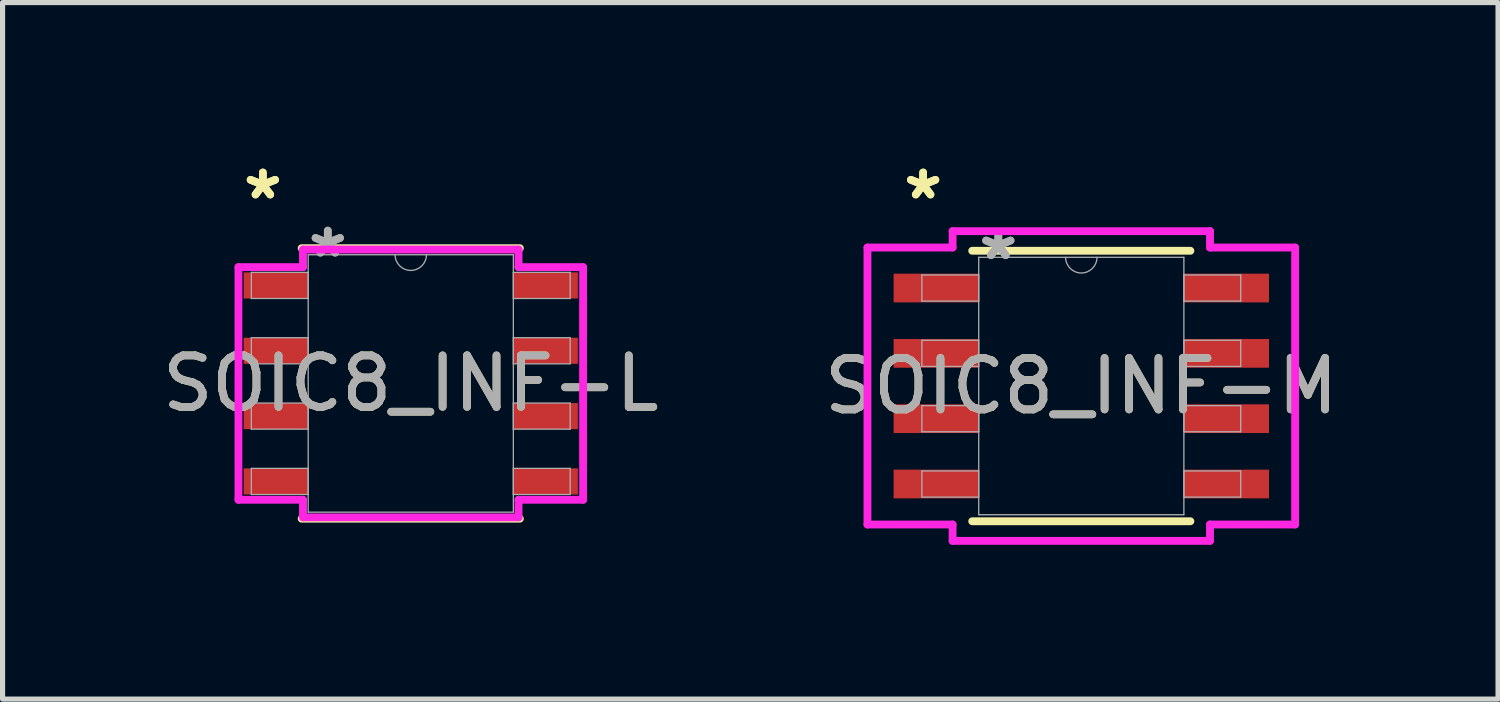
<source format=kicad_pcb>
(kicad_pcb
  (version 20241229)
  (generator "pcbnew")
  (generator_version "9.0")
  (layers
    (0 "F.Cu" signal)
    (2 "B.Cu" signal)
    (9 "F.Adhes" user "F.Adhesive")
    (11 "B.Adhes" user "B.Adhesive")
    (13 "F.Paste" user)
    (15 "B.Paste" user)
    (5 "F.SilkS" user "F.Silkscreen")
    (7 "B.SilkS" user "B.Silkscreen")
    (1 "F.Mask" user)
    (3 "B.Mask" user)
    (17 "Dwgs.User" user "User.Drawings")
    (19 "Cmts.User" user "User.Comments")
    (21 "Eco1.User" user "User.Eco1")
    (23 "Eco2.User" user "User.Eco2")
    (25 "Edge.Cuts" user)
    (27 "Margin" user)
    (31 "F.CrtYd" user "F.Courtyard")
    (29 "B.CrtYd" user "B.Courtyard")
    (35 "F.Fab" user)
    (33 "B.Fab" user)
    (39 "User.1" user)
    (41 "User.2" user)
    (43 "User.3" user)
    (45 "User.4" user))
  (footprint "SOIC8_INF-M"
    (layer "F.Cu")
    (at 17.97 4.454)
    (property "Reference" "SOIC8_INF-M" (at 0 0 0) (unlocked yes) (layer "F.SilkS") (effects (font (size 1 1) (thickness 0.15))))
    (attr smd)
    (fp_line (start -2.121 2.629) (end 2.121 2.629) (stroke (width 0.152) (type solid)) (layer "F.SilkS"))
    (fp_line (start 2.121 -2.629) (end -2.121 -2.629) (stroke (width 0.152) (type solid)) (layer "F.SilkS"))
    (fp_line (start -4.157 -2.692) (end -2.502 -2.692) (stroke (width 0.152) (type solid)) (layer "F.CrtYd"))
    (fp_line (start -4.157 2.692) (end -4.157 -2.692) (stroke (width 0.152) (type solid)) (layer "F.CrtYd"))
    (fp_line (start -4.157 2.692) (end -2.502 2.692) (stroke (width 0.152) (type solid)) (layer "F.CrtYd"))
    (fp_line (start -2.502 -3.01) (end 2.502 -3.01) (stroke (width 0.152) (type solid)) (layer "F.CrtYd"))
    (fp_line (start -2.502 -2.692) (end -2.502 -3.01) (stroke (width 0.152) (type solid)) (layer "F.CrtYd"))
    (fp_line (start -2.502 3.01) (end -2.502 2.692) (stroke (width 0.152) (type solid)) (layer "F.CrtYd"))
    (fp_line (start 2.502 -3.01) (end 2.502 -2.692) (stroke (width 0.152) (type solid)) (layer "F.CrtYd"))
    (fp_line (start 2.502 2.692) (end 2.502 3.01) (stroke (width 0.152) (type solid)) (layer "F.CrtYd"))
    (fp_line (start 2.502 3.01) (end -2.502 3.01) (stroke (width 0.152) (type solid)) (layer "F.CrtYd"))
    (fp_line (start 4.157 -2.692) (end 2.502 -2.692) (stroke (width 0.152) (type solid)) (layer "F.CrtYd"))
    (fp_line (start 4.157 -2.692) (end 4.157 2.692) (stroke (width 0.152) (type solid)) (layer "F.CrtYd"))
    (fp_line (start 4.157 2.692) (end 2.502 2.692) (stroke (width 0.152) (type solid)) (layer "F.CrtYd"))
    (fp_line (start -3.099 -2.159) (end -3.099 -1.651) (stroke (width 0.025) (type solid)) (layer "F.Fab"))
    (fp_line (start -3.099 -1.651) (end -1.994 -1.651) (stroke (width 0.025) (type solid)) (layer "F.Fab"))
    (fp_line (start -3.099 -0.889) (end -3.099 -0.381) (stroke (width 0.025) (type solid)) (layer "F.Fab"))
    (fp_line (start -3.099 -0.381) (end -1.994 -0.381) (stroke (width 0.025) (type solid)) (layer "F.Fab"))
    (fp_line (start -3.099 0.381) (end -3.099 0.889) (stroke (width 0.025) (type solid)) (layer "F.Fab"))
    (fp_line (start -3.099 0.889) (end -1.994 0.889) (stroke (width 0.025) (type solid)) (layer "F.Fab"))
    (fp_line (start -3.099 1.651) (end -3.099 2.159) (stroke (width 0.025) (type solid)) (layer "F.Fab"))
    (fp_line (start -3.099 2.159) (end -1.994 2.159) (stroke (width 0.025) (type solid)) (layer "F.Fab"))
    (fp_line (start -1.994 -2.502) (end -1.994 2.502) (stroke (width 0.025) (type solid)) (layer "F.Fab"))
    (fp_line (start -1.994 -2.159) (end -3.099 -2.159) (stroke (width 0.025) (type solid)) (layer "F.Fab"))
    (fp_line (start -1.994 -1.651) (end -1.994 -2.159) (stroke (width 0.025) (type solid)) (layer "F.Fab"))
    (fp_line (start -1.994 -0.889) (end -3.099 -0.889) (stroke (width 0.025) (type solid)) (layer "F.Fab"))
    (fp_line (start -1.994 -0.381) (end -1.994 -0.889) (stroke (width 0.025) (type solid)) (layer "F.Fab"))
    (fp_line (start -1.994 0.381) (end -3.099 0.381) (stroke (width 0.025) (type solid)) (layer "F.Fab"))
    (fp_line (start -1.994 0.889) (end -1.994 0.381) (stroke (width 0.025) (type solid)) (layer "F.Fab"))
    (fp_line (start -1.994 1.651) (end -3.099 1.651) (stroke (width 0.025) (type solid)) (layer "F.Fab"))
    (fp_line (start -1.994 2.159) (end -1.994 1.651) (stroke (width 0.025) (type solid)) (layer "F.Fab"))
    (fp_line (start -1.994 2.502) (end 1.994 2.502) (stroke (width 0.025) (type solid)) (layer "F.Fab"))
    (fp_line (start 1.994 -2.502) (end -1.994 -2.502) (stroke (width 0.025) (type solid)) (layer "F.Fab"))
    (fp_line (start 1.994 -2.159) (end 1.994 -1.651) (stroke (width 0.025) (type solid)) (layer "F.Fab"))
    (fp_line (start 1.994 -1.651) (end 3.099 -1.651) (stroke (width 0.025) (type solid)) (layer "F.Fab"))
    (fp_line (start 1.994 -0.889) (end 1.994 -0.381) (stroke (width 0.025) (type solid)) (layer "F.Fab"))
    (fp_line (start 1.994 -0.381) (end 3.099 -0.381) (stroke (width 0.025) (type solid)) (layer "F.Fab"))
    (fp_line (start 1.994 0.381) (end 1.994 0.889) (stroke (width 0.025) (type solid)) (layer "F.Fab"))
    (fp_line (start 1.994 0.889) (end 3.099 0.889) (stroke (width 0.025) (type solid)) (layer "F.Fab"))
    (fp_line (start 1.994 1.651) (end 1.994 2.159) (stroke (width 0.025) (type solid)) (layer "F.Fab"))
    (fp_line (start 1.994 2.159) (end 3.099 2.159) (stroke (width 0.025) (type solid)) (layer "F.Fab"))
    (fp_line (start 1.994 2.502) (end 1.994 -2.502) (stroke (width 0.025) (type solid)) (layer "F.Fab"))
    (fp_line (start 3.099 -2.159) (end 1.994 -2.159) (stroke (width 0.025) (type solid)) (layer "F.Fab"))
    (fp_line (start 3.099 -1.651) (end 3.099 -2.159) (stroke (width 0.025) (type solid)) (layer "F.Fab"))
    (fp_line (start 3.099 -0.889) (end 1.994 -0.889) (stroke (width 0.025) (type solid)) (layer "F.Fab"))
    (fp_line (start 3.099 -0.381) (end 3.099 -0.889) (stroke (width 0.025) (type solid)) (layer "F.Fab"))
    (fp_line (start 3.099 0.381) (end 1.994 0.381) (stroke (width 0.025) (type solid)) (layer "F.Fab"))
    (fp_line (start 3.099 0.889) (end 3.099 0.381) (stroke (width 0.025) (type solid)) (layer "F.Fab"))
    (fp_line (start 3.099 1.651) (end 1.994 1.651) (stroke (width 0.025) (type solid)) (layer "F.Fab"))
    (fp_line (start 3.099 2.159) (end 3.099 1.651) (stroke (width 0.025) (type solid)) (layer "F.Fab"))
    (fp_arc (start 0.3048 -2.5019) (mid 0 -2.1971) (end -0.3048 -2.5019) (stroke (width 0.0254) (type solid)) (layer "F.Fab"))
    (fp_text user "*" (at -3.075 -3.606 0) (unlocked yes) (layer "F.SilkS") (effects (font (size 1 1) (thickness 0.15))))
    (fp_text user "*" (at -3.075 -3.606 0) (layer "F.SilkS") (effects (font (size 1 1) (thickness 0.15))))
    (fp_text user "*" (at -1.613 -2.426 0) (unlocked yes) (layer "F.Fab") (effects (font (size 1 1) (thickness 0.15))))
    (fp_text user "*" (at -1.613 -2.426 0) (layer "F.Fab") (effects (font (size 1 1) (thickness 0.15))))
    (fp_text user "${REFERENCE}" (at 0 0 0) (unlocked yes) (layer "F.Fab") (effects (font (size 1 1) (thickness 0.15))))
    (pad "1" smd rect (at -2.821 -1.905) (size 1.655 0.558) (layers "F.Cu" "F.Mask" "F.Paste"))
    (pad "2" smd rect (at -2.821 -0.635) (size 1.655 0.558) (layers "F.Cu" "F.Mask" "F.Paste"))
    (pad "3" smd rect (at -2.821 0.635) (size 1.655 0.558) (layers "F.Cu" "F.Mask" "F.Paste"))
    (pad "4" smd rect (at -2.821 1.905) (size 1.655 0.558) (layers "F.Cu" "F.Mask" "F.Paste"))
    (pad "5" smd rect (at 2.821 1.905) (size 1.655 0.558) (layers "F.Cu" "F.Mask" "F.Paste"))
    (pad "6" smd rect (at 2.821 0.635) (size 1.655 0.558) (layers "F.Cu" "F.Mask" "F.Paste"))
    (pad "7" smd rect (at 2.821 -0.635) (size 1.655 0.558) (layers "F.Cu" "F.Mask" "F.Paste"))
    (pad "8" smd rect (at 2.821 -1.905) (size 1.655 0.558) (layers "F.Cu" "F.Mask" "F.Paste")))
  (footprint "SOIC8_INF-L"
    (layer "F.Cu")
    (at 4.935 4.404)
    (property "Reference" "SOIC8_INF-L" (at 0 0 0) (unlocked yes) (layer "F.SilkS") (effects (font (size 1 1) (thickness 0.15))))
    (attr smd)
    (fp_line (start -2.121 2.629) (end 2.121 2.629) (stroke (width 0.152) (type solid)) (layer "F.SilkS"))
    (fp_line (start 2.121 -2.629) (end -2.121 -2.629) (stroke (width 0.152) (type solid)) (layer "F.SilkS"))
    (fp_line (start -3.35 -2.261) (end -2.095 -2.261) (stroke (width 0.152) (type solid)) (layer "F.CrtYd"))
    (fp_line (start -3.35 2.261) (end -3.35 -2.261) (stroke (width 0.152) (type solid)) (layer "F.CrtYd"))
    (fp_line (start -3.35 2.261) (end -2.095 2.261) (stroke (width 0.152) (type solid)) (layer "F.CrtYd"))
    (fp_line (start -2.095 -2.603) (end 2.095 -2.603) (stroke (width 0.152) (type solid)) (layer "F.CrtYd"))
    (fp_line (start -2.095 -2.261) (end -2.095 -2.603) (stroke (width 0.152) (type solid)) (layer "F.CrtYd"))
    (fp_line (start -2.095 2.603) (end -2.095 2.261) (stroke (width 0.152) (type solid)) (layer "F.CrtYd"))
    (fp_line (start 2.095 -2.603) (end 2.095 -2.261) (stroke (width 0.152) (type solid)) (layer "F.CrtYd"))
    (fp_line (start 2.095 2.261) (end 2.095 2.603) (stroke (width 0.152) (type solid)) (layer "F.CrtYd"))
    (fp_line (start 2.095 2.603) (end -2.095 2.603) (stroke (width 0.152) (type solid)) (layer "F.CrtYd"))
    (fp_line (start 3.35 -2.261) (end 2.095 -2.261) (stroke (width 0.152) (type solid)) (layer "F.CrtYd"))
    (fp_line (start 3.35 -2.261) (end 3.35 2.261) (stroke (width 0.152) (type solid)) (layer "F.CrtYd"))
    (fp_line (start 3.35 2.261) (end 2.095 2.261) (stroke (width 0.152) (type solid)) (layer "F.CrtYd"))
    (fp_line (start -3.099 -2.159) (end -3.099 -1.651) (stroke (width 0.025) (type solid)) (layer "F.Fab"))
    (fp_line (start -3.099 -1.651) (end -1.994 -1.651) (stroke (width 0.025) (type solid)) (layer "F.Fab"))
    (fp_line (start -3.099 -0.889) (end -3.099 -0.381) (stroke (width 0.025) (type solid)) (layer "F.Fab"))
    (fp_line (start -3.099 -0.381) (end -1.994 -0.381) (stroke (width 0.025) (type solid)) (layer "F.Fab"))
    (fp_line (start -3.099 0.381) (end -3.099 0.889) (stroke (width 0.025) (type solid)) (layer "F.Fab"))
    (fp_line (start -3.099 0.889) (end -1.994 0.889) (stroke (width 0.025) (type solid)) (layer "F.Fab"))
    (fp_line (start -3.099 1.651) (end -3.099 2.159) (stroke (width 0.025) (type solid)) (layer "F.Fab"))
    (fp_line (start -3.099 2.159) (end -1.994 2.159) (stroke (width 0.025) (type solid)) (layer "F.Fab"))
    (fp_line (start -1.994 -2.502) (end -1.994 2.502) (stroke (width 0.025) (type solid)) (layer "F.Fab"))
    (fp_line (start -1.994 -2.159) (end -3.099 -2.159) (stroke (width 0.025) (type solid)) (layer "F.Fab"))
    (fp_line (start -1.994 -1.651) (end -1.994 -2.159) (stroke (width 0.025) (type solid)) (layer "F.Fab"))
    (fp_line (start -1.994 -0.889) (end -3.099 -0.889) (stroke (width 0.025) (type solid)) (layer "F.Fab"))
    (fp_line (start -1.994 -0.381) (end -1.994 -0.889) (stroke (width 0.025) (type solid)) (layer "F.Fab"))
    (fp_line (start -1.994 0.381) (end -3.099 0.381) (stroke (width 0.025) (type solid)) (layer "F.Fab"))
    (fp_line (start -1.994 0.889) (end -1.994 0.381) (stroke (width 0.025) (type solid)) (layer "F.Fab"))
    (fp_line (start -1.994 1.651) (end -3.099 1.651) (stroke (width 0.025) (type solid)) (layer "F.Fab"))
    (fp_line (start -1.994 2.159) (end -1.994 1.651) (stroke (width 0.025) (type solid)) (layer "F.Fab"))
    (fp_line (start -1.994 2.502) (end 1.994 2.502) (stroke (width 0.025) (type solid)) (layer "F.Fab"))
    (fp_line (start 1.994 -2.502) (end -1.994 -2.502) (stroke (width 0.025) (type solid)) (layer "F.Fab"))
    (fp_line (start 1.994 -2.159) (end 1.994 -1.651) (stroke (width 0.025) (type solid)) (layer "F.Fab"))
    (fp_line (start 1.994 -1.651) (end 3.099 -1.651) (stroke (width 0.025) (type solid)) (layer "F.Fab"))
    (fp_line (start 1.994 -0.889) (end 1.994 -0.381) (stroke (width 0.025) (type solid)) (layer "F.Fab"))
    (fp_line (start 1.994 -0.381) (end 3.099 -0.381) (stroke (width 0.025) (type solid)) (layer "F.Fab"))
    (fp_line (start 1.994 0.381) (end 1.994 0.889) (stroke (width 0.025) (type solid)) (layer "F.Fab"))
    (fp_line (start 1.994 0.889) (end 3.099 0.889) (stroke (width 0.025) (type solid)) (layer "F.Fab"))
    (fp_line (start 1.994 1.651) (end 1.994 2.159) (stroke (width 0.025) (type solid)) (layer "F.Fab"))
    (fp_line (start 1.994 2.159) (end 3.099 2.159) (stroke (width 0.025) (type solid)) (layer "F.Fab"))
    (fp_line (start 1.994 2.502) (end 1.994 -2.502) (stroke (width 0.025) (type solid)) (layer "F.Fab"))
    (fp_line (start 3.099 -2.159) (end 1.994 -2.159) (stroke (width 0.025) (type solid)) (layer "F.Fab"))
    (fp_line (start 3.099 -1.651) (end 3.099 -2.159) (stroke (width 0.025) (type solid)) (layer "F.Fab"))
    (fp_line (start 3.099 -0.889) (end 1.994 -0.889) (stroke (width 0.025) (type solid)) (layer "F.Fab"))
    (fp_line (start 3.099 -0.381) (end 3.099 -0.889) (stroke (width 0.025) (type solid)) (layer "F.Fab"))
    (fp_line (start 3.099 0.381) (end 1.994 0.381) (stroke (width 0.025) (type solid)) (layer "F.Fab"))
    (fp_line (start 3.099 0.889) (end 3.099 0.381) (stroke (width 0.025) (type solid)) (layer "F.Fab"))
    (fp_line (start 3.099 1.651) (end 1.994 1.651) (stroke (width 0.025) (type solid)) (layer "F.Fab"))
    (fp_line (start 3.099 2.159) (end 3.099 1.651) (stroke (width 0.025) (type solid)) (layer "F.Fab"))
    (fp_arc (start 0.3048 -2.5019) (mid 0 -2.1971) (end -0.3048 -2.5019) (stroke (width 0.0254) (type solid)) (layer "F.Fab"))
    (fp_text user "*" (at -2.875 -3.556 0) (unlocked yes) (layer "F.SilkS") (effects (font (size 1 1) (thickness 0.15))))
    (fp_text user "*" (at -2.875 -3.556 0) (layer "F.SilkS") (effects (font (size 1 1) (thickness 0.15))))
    (fp_text user "*" (at -1.613 -2.426 0) (unlocked yes) (layer "F.Fab") (effects (font (size 1 1) (thickness 0.15))))
    (fp_text user "*" (at -1.613 -2.426 0) (layer "F.Fab") (effects (font (size 1 1) (thickness 0.15))))
    (fp_text user "${REFERENCE}" (at 0 0 0) (unlocked yes) (layer "F.Fab") (effects (font (size 1 1) (thickness 0.15))))
    (pad "1" smd rect (at -2.621 -1.905) (size 1.255 0.508) (layers "F.Cu" "F.Mask" "F.Paste"))
    (pad "2" smd rect (at -2.621 -0.635) (size 1.255 0.508) (layers "F.Cu" "F.Mask" "F.Paste"))
    (pad "3" smd rect (at -2.621 0.635) (size 1.255 0.508) (layers "F.Cu" "F.Mask" "F.Paste"))
    (pad "4" smd rect (at -2.621 1.905) (size 1.255 0.508) (layers "F.Cu" "F.Mask" "F.Paste"))
    (pad "5" smd rect (at 2.621 1.905) (size 1.255 0.508) (layers "F.Cu" "F.Mask" "F.Paste"))
    (pad "6" smd rect (at 2.621 0.635) (size 1.255 0.508) (layers "F.Cu" "F.Mask" "F.Paste"))
    (pad "7" smd rect (at 2.621 -0.635) (size 1.255 0.508) (layers "F.Cu" "F.Mask" "F.Paste"))
    (pad "8" smd rect (at 2.621 -1.905) (size 1.255 0.508) (layers "F.Cu" "F.Mask" "F.Paste")))
  (gr_rect
    (start -3 -3)
    (end 26.071 10.54)
    (stroke (width 0.1) (type default))
    (fill no)
    (layer "Edge.Cuts")))
</source>
